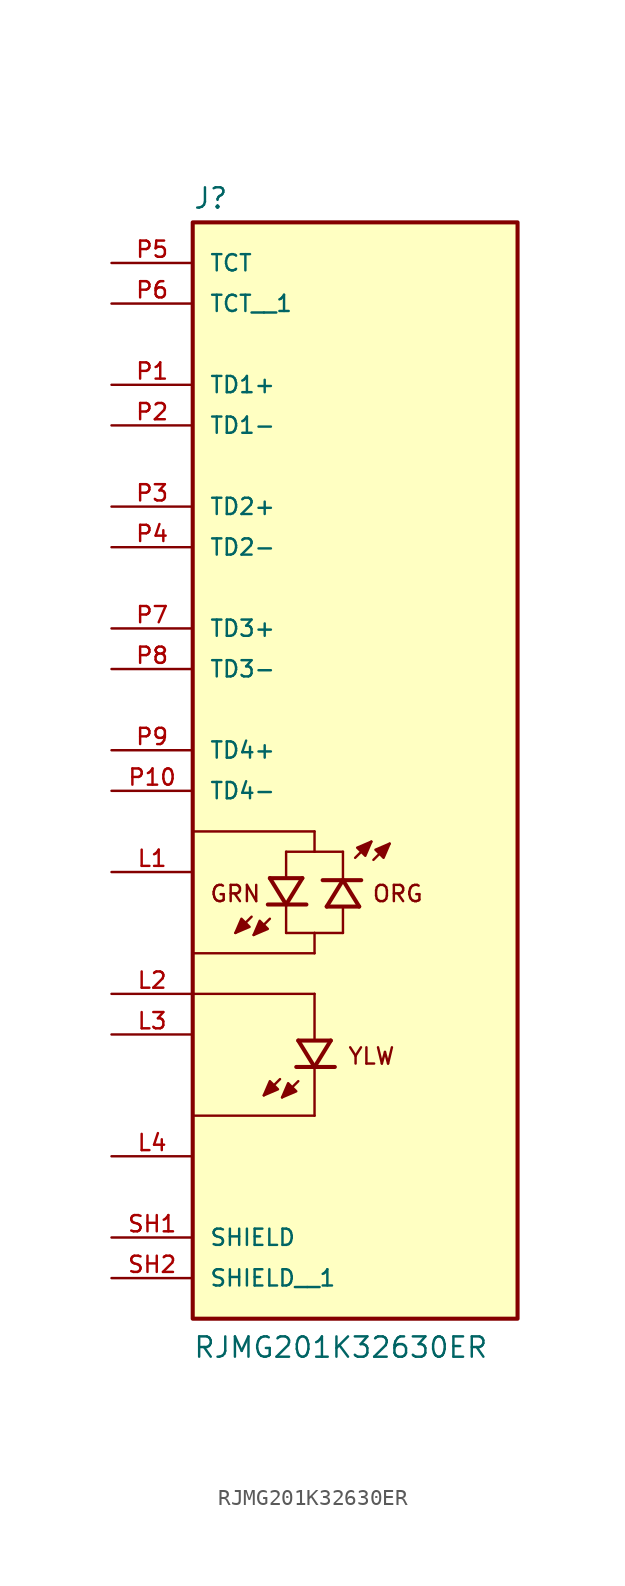
<source format=kicad_sym>
(kicad_symbol_lib
  (version 20211014)
  (generator kicad_symbol_editor)
  (symbol "RJMG201K32630ER"
    (pin_names
      (offset 1.016))
    (property "Reference" "J"
      (at -10.16 31.242 0)
      (effects (font (size 1.27 1.27)) (justify bottom left)))
    (property "Value" "RJMG201K32630ER"
      (at -10.16 -40.64 0)
      (effects (font (size 1.27 1.27)) (justify bottom left)))
    (symbol "RJMG201K32630ER_0_0"
      (polyline (pts (xy -5.334 -10.541) (xy -4.318 -12.192)) (stroke (width 0.254)))
      (polyline (pts (xy -4.318 -12.192) (xy -3.302 -10.541)) (stroke (width 0.254)))
      (polyline (pts (xy -5.461 -12.192) (xy -4.318 -12.192)) (stroke (width 0.254)))
      (polyline (pts (xy -4.318 -12.192) (xy -3.048 -12.192)) (stroke (width 0.254)))
      (polyline (pts (xy -5.334 -10.541) (xy -3.302 -10.541)) (stroke (width 0.254)))
      (polyline (pts (xy 0.0 -9.271) (xy 1.016 -8.255)) (stroke (width 0.152)))
      (polyline (pts (xy 1.143 -9.398) (xy 2.159 -8.382)) (stroke (width 0.152)))
      (polyline (pts (xy -4.318 -8.89) (xy -4.318 -10.414)) (stroke (width 0.152)))
      (polyline (pts (xy -4.318 -12.319) (xy -4.318 -13.97)) (stroke (width 0.152)))
      (polyline (pts (xy -5.334 -13.081) (xy -6.35 -14.097)) (stroke (width 0.152)))
      (polyline (pts (xy -6.477 -12.954) (xy -7.493 -13.97)) (stroke (width 0.152)))
      (polyline (pts (xy 1.016 -8.255) (xy 0.127 -8.636) (xy 0.635 -9.144) (xy 1.016 -8.255)) (stroke (width 0.152)) (fill (type outline)))
      (polyline (pts (xy 2.159 -8.382) (xy 1.27 -8.763) (xy 1.778 -9.271) (xy 2.159 -8.382)) (stroke (width 0.152)) (fill (type outline)))
      (polyline (pts (xy -6.35 -14.097) (xy -5.461 -13.716) (xy -5.969 -13.208) (xy -6.35 -14.097)) (stroke (width 0.152)) (fill (type outline)))
      (polyline (pts (xy -7.493 -13.97) (xy -6.604 -13.589) (xy -7.112 -13.081) (xy -7.493 -13.97)) (stroke (width 0.152)) (fill (type outline)))
      (text "ORG" (at 1.016 -10.922 0) (effects (font (size 1.016 1.016)) (justify top left)))
      (polyline (pts (xy 0.254 -12.319) (xy -0.762 -10.668)) (stroke (width 0.254)))
      (polyline (pts (xy -0.762 -10.668) (xy -1.778 -12.319)) (stroke (width 0.254)))
      (polyline (pts (xy 0.381 -10.668) (xy -0.762 -10.668)) (stroke (width 0.254)))
      (polyline (pts (xy -0.762 -10.668) (xy -2.032 -10.668)) (stroke (width 0.254)))
      (polyline (pts (xy 0.254 -12.319) (xy -1.778 -12.319)) (stroke (width 0.254)))
      (polyline (pts (xy -0.762 -13.97) (xy -0.762 -12.446)) (stroke (width 0.152)))
      (polyline (pts (xy -0.762 -10.541) (xy -0.762 -8.89)) (stroke (width 0.152)))
      (polyline (pts (xy -4.318 -8.89) (xy -2.54 -8.89)) (stroke (width 0.152)))
      (polyline (pts (xy -2.54 -8.89) (xy -0.762 -8.89)) (stroke (width 0.152)))
      (polyline (pts (xy -4.318 -13.97) (xy -2.54 -13.97)) (stroke (width 0.152)))
      (polyline (pts (xy -2.54 -13.97) (xy -0.762 -13.97)) (stroke (width 0.152)))
      (polyline (pts (xy -2.54 -8.89) (xy -2.54 -7.62)) (stroke (width 0.152)))
      (polyline (pts (xy -2.54 -7.62) (xy -10.16 -7.62)) (stroke (width 0.152)))
      (polyline (pts (xy -2.54 -13.97) (xy -2.54 -15.24)) (stroke (width 0.152)))
      (polyline (pts (xy -2.54 -15.24) (xy -10.16 -15.24)) (stroke (width 0.152)))
      (text "GRN" (at -9.144 -10.922 0) (effects (font (size 1.016 1.016)) (justify top left)))
      (polyline (pts (xy -3.556 -20.701) (xy -2.54 -22.352)) (stroke (width 0.254)))
      (polyline (pts (xy -2.54 -22.352) (xy -1.524 -20.701)) (stroke (width 0.254)))
      (polyline (pts (xy -3.683 -22.352) (xy -2.54 -22.352)) (stroke (width 0.254)))
      (polyline (pts (xy -2.54 -22.352) (xy -1.27 -22.352)) (stroke (width 0.254)))
      (polyline (pts (xy -3.556 -20.701) (xy -1.524 -20.701)) (stroke (width 0.254)))
      (polyline (pts (xy -2.54 -17.78) (xy -2.54 -20.574)) (stroke (width 0.152)))
      (polyline (pts (xy -2.54 -22.479) (xy -2.54 -25.4)) (stroke (width 0.152)))
      (polyline (pts (xy -3.556 -23.241) (xy -4.572 -24.257)) (stroke (width 0.152)))
      (polyline (pts (xy -4.699 -23.114) (xy -5.715 -24.13)) (stroke (width 0.152)))
      (polyline (pts (xy -4.572 -24.257) (xy -3.683 -23.876) (xy -4.191 -23.368) (xy -4.572 -24.257)) (stroke (width 0.152)) (fill (type outline)))
      (polyline (pts (xy -5.715 -24.13) (xy -4.826 -23.749) (xy -5.334 -23.241) (xy -5.715 -24.13)) (stroke (width 0.152)) (fill (type outline)))
      (text "YLW" (at -0.508 -21.082 0) (effects (font (size 1.016 1.016)) (justify top left)))
      (polyline (pts (xy -2.54 -17.78) (xy -10.16 -17.78)) (stroke (width 0.152)))
      (polyline (pts (xy -2.54 -25.4) (xy -10.16 -25.4)) (stroke (width 0.152)))
      (rectangle (start -10.16 -38.1) (end 10.16 30.48) (stroke (width 0.254)) (fill (type background)))
      (pin passive line (at -15.24 5.08 0) (length 5.08) (name "TD3+" (effects (font (size 1.016 1.016)))) (number "P7" (effects (font (size 1.016 1.016)))))
      (pin passive line (at -15.24 10.16 0) (length 5.08) (name "TD2-" (effects (font (size 1.016 1.016)))) (number "P4" (effects (font (size 1.016 1.016)))))
      (pin passive line (at -15.24 12.7 0) (length 5.08) (name "TD2+" (effects (font (size 1.016 1.016)))) (number "P3" (effects (font (size 1.016 1.016)))))
      (pin passive line (at -15.24 17.78 0) (length 5.08) (name "TD1-" (effects (font (size 1.016 1.016)))) (number "P2" (effects (font (size 1.016 1.016)))))
      (pin passive line (at -15.24 -17.78 0) (length 5.08) (name "~" (effects (font (size 1.016 1.016)))) (number "L2" (effects (font (size 1.016 1.016)))))
      (pin passive line (at -15.24 -10.16 0) (length 5.08) (name "~" (effects (font (size 1.016 1.016)))) (number "L1" (effects (font (size 1.016 1.016)))))
      (pin passive line (at -15.24 27.94 0) (length 5.08) (name "TCT" (effects (font (size 1.016 1.016)))) (number "P5" (effects (font (size 1.016 1.016)))))
      (pin passive line (at -15.24 20.32 0) (length 5.08) (name "TD1+" (effects (font (size 1.016 1.016)))) (number "P1" (effects (font (size 1.016 1.016)))))
      (pin passive line (at -15.24 -33.02 0) (length 5.08) (name "SHIELD" (effects (font (size 1.016 1.016)))) (number "SH1" (effects (font (size 1.016 1.016)))))
      (pin passive line (at -15.24 2.54 0) (length 5.08) (name "TD3-" (effects (font (size 1.016 1.016)))) (number "P8" (effects (font (size 1.016 1.016)))))
      (pin passive line (at -15.24 -2.54 0) (length 5.08) (name "TD4+" (effects (font (size 1.016 1.016)))) (number "P9" (effects (font (size 1.016 1.016)))))
      (pin passive line (at -15.24 -5.08 0) (length 5.08) (name "TD4-" (effects (font (size 1.016 1.016)))) (number "P10" (effects (font (size 1.016 1.016)))))
      (pin passive line (at -15.24 -27.94 0) (length 5.08) (name "~" (effects (font (size 1.016 1.016)))) (number "L4" (effects (font (size 1.016 1.016)))))
      (pin passive line (at -15.24 -20.32 0) (length 5.08) (name "~" (effects (font (size 1.016 1.016)))) (number "L3" (effects (font (size 1.016 1.016)))))
      (pin passive line (at -15.24 25.4 0) (length 5.08) (name "TCT__1" (effects (font (size 1.016 1.016)))) (number "P6" (effects (font (size 1.016 1.016)))))
      (pin passive line (at -15.24 -35.56 0) (length 5.08) (name "SHIELD__1" (effects (font (size 1.016 1.016)))) (number "SH2" (effects (font (size 1.016 1.016))))))))
</source>
